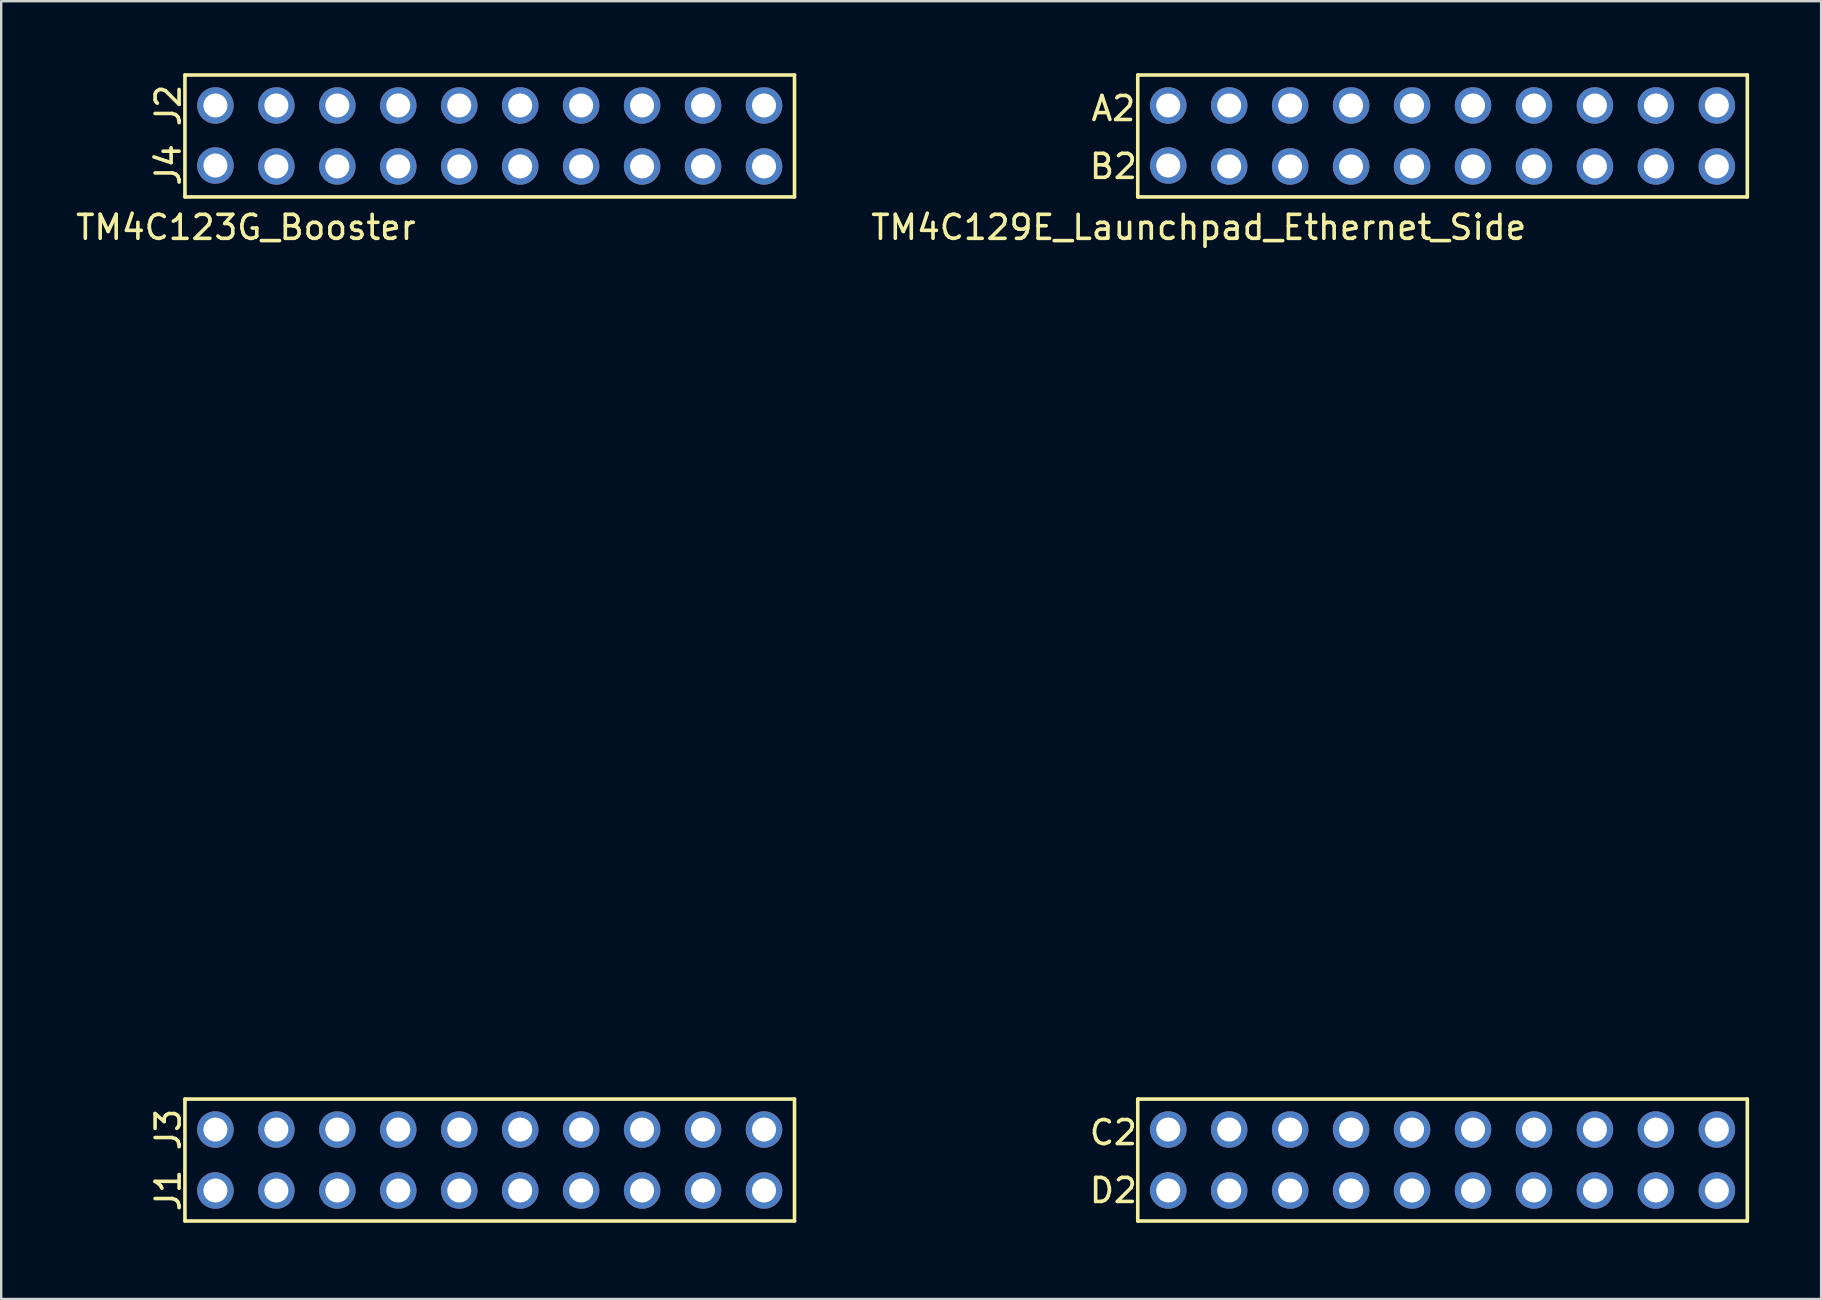
<source format=kicad_pcb>
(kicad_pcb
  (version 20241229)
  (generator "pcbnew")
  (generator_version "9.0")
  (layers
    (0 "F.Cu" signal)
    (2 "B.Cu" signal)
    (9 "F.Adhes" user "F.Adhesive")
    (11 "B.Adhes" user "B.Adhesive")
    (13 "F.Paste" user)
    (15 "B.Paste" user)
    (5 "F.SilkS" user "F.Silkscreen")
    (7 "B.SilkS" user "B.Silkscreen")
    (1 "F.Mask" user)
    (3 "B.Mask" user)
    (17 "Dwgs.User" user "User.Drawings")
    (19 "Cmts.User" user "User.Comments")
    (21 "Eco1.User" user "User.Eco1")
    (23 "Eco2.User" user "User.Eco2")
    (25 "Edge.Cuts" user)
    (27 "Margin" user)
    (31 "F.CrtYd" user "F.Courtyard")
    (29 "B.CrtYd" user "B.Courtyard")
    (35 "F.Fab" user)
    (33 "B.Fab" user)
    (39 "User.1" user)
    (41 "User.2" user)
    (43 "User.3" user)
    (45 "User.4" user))
  (footprint "TM4C129E_Launchpad_Ethernet_Side"
    (layer "F.Cu")
    (at 44.359 47.827)
    (property "Reference" "TM4C129E_Launchpad_Ethernet_Side" (at 2.54 -41.402 0) (layer "F.SilkS") (effects (font (size 1 1) (thickness 0.15))))
    (attr through_hole)
    (fp_line (start 0 -47.752) (end 0 -42.672) (stroke (width 0.15) (type solid)) (layer "F.SilkS"))
    (fp_line (start 0 -42.672) (end 25.4 -42.672) (stroke (width 0.15) (type solid)) (layer "F.SilkS"))
    (fp_line (start 0 -5.08) (end 0 0) (stroke (width 0.15) (type solid)) (layer "F.SilkS"))
    (fp_line (start 0 0) (end 25.4 0) (stroke (width 0.15) (type solid)) (layer "F.SilkS"))
    (fp_line (start 25.4 -47.752) (end 0 -47.752) (stroke (width 0.15) (type solid)) (layer "F.SilkS"))
    (fp_line (start 25.4 -42.672) (end 25.4 -47.752) (stroke (width 0.15) (type solid)) (layer "F.SilkS"))
    (fp_line (start 25.4 -5.08) (end 0 -5.08) (stroke (width 0.15) (type solid)) (layer "F.SilkS"))
    (fp_line (start 25.4 0) (end 25.4 -5.08) (stroke (width 0.15) (type solid)) (layer "F.SilkS"))
    (fp_text user "C2" (at -1.016 -3.683 0) (layer "F.SilkS") (effects (font (size 1 1) (thickness 0.15))))
    (fp_text user "A2" (at -1.016 -46.355 0) (layer "F.SilkS") (effects (font (size 1 1) (thickness 0.15))))
    (fp_text user "D2" (at -1.016 -1.27 0) (layer "F.SilkS") (effects (font (size 1 1) (thickness 0.15))))
    (fp_text user "B2" (at -1.016 -43.942 0) (layer "F.SilkS") (effects (font (size 1 1) (thickness 0.15))))
    (pad "+3V3" thru_hole circle (at 24.13 -46.482) (size 1.52 1.52) (drill 1) (layers "*.Cu" "*.Mask" "F.Paste"))
    (pad "+5v" thru_hole circle (at 24.13 -43.942) (size 1.52 1.52) (drill 1) (layers "*.Cu" "*.Mask" "F.Paste"))
    (pad "GND" thru_hole circle (at 21.59 -43.942) (size 1.52 1.52) (drill 1) (layers "*.Cu" "*.Mask" "F.Paste"))
    (pad "GND" thru_hole circle (at 24.13 -1.27) (size 1.52 1.52) (drill 1) (layers "*.Cu" "*.Mask" "F.Paste"))
    (pad "PA4" thru_hole circle (at 3.81 -43.942) (size 1.52 1.52) (drill 1) (layers "*.Cu" "*.Mask" "F.Paste"))
    (pad "PA5" thru_hole circle (at 1.27 -43.98) (size 1.52 1.52) (drill 1) (layers "*.Cu" "*.Mask" "F.Paste"))
    (pad "PA7" thru_hole circle (at 16.51 -1.27) (size 1.52 1.52) (drill 1) (layers "*.Cu" "*.Mask" "F.Paste"))
    (pad "PB4" thru_hole circle (at 19.05 -43.942) (size 1.52 1.52) (drill 1) (layers "*.Cu" "*.Mask" "F.Paste"))
    (pad "PB5" thru_hole circle (at 16.51 -43.942) (size 1.52 1.52) (drill 1) (layers "*.Cu" "*.Mask" "F.Paste"))
    (pad "PD2" thru_hole circle (at 21.59 -46.482) (size 1.52 1.52) (drill 1) (layers "*.Cu" "*.Mask" "F.Paste"))
    (pad "PD4" thru_hole circle (at 13.97 -46.482) (size 1.52 1.52) (drill 1) (layers "*.Cu" "*.Mask" "F.Paste"))
    (pad "PD5" thru_hole circle (at 11.43 -46.482) (size 1.52 1.52) (drill 1) (layers "*.Cu" "*.Mask" "F.Paste"))
    (pad "PG1" thru_hole circle (at 24.13 -3.81) (size 1.52 1.52) (drill 1) (layers "*.Cu" "*.Mask" "F.Paste"))
    (pad "PH0" thru_hole circle (at 8.89 -3.81) (size 1.52 1.52) (drill 1) (layers "*.Cu" "*.Mask" "F.Paste"))
    (pad "PH1" thru_hole circle (at 6.35 -3.81) (size 1.52 1.52) (drill 1) (layers "*.Cu" "*.Mask" "F.Paste"))
    (pad "PK0" thru_hole circle (at 13.97 -43.942) (size 1.52 1.52) (drill 1) (layers "*.Cu" "*.Mask" "F.Paste"))
    (pad "PK1" thru_hole circle (at 11.43 -43.942) (size 1.52 1.52) (drill 1) (layers "*.Cu" "*.Mask" "F.Paste"))
    (pad "PK2" thru_hole circle (at 8.89 -43.942) (size 1.52 1.52) (drill 1) (layers "*.Cu" "*.Mask" "F.Paste"))
    (pad "PK3" thru_hole circle (at 6.35 -43.942) (size 1.52 1.52) (drill 1) (layers "*.Cu" "*.Mask" "F.Paste"))
    (pad "PK4" thru_hole circle (at 21.59 -3.81) (size 1.52 1.52) (drill 1) (layers "*.Cu" "*.Mask" "F.Paste"))
    (pad "PK5" thru_hole circle (at 19.05 -3.81) (size 1.52 1.52) (drill 1) (layers "*.Cu" "*.Mask" "F.Paste"))
    (pad "PK6" thru_hole circle (at 3.81 -3.81) (size 1.52 1.52) (drill 1) (layers "*.Cu" "*.Mask" "F.Paste"))
    (pad "PK7" thru_hole circle (at 1.27 -3.81) (size 1.52 1.52) (drill 1) (layers "*.Cu" "*.Mask" "F.Paste"))
    (pad "PM0" thru_hole circle (at 16.51 -3.81) (size 1.52 1.52) (drill 1) (layers "*.Cu" "*.Mask" "F.Paste"))
    (pad "PM1" thru_hole circle (at 13.97 -3.81) (size 1.52 1.52) (drill 1) (layers "*.Cu" "*.Mask" "F.Paste"))
    (pad "PM2" thru_hole circle (at 11.43 -3.81) (size 1.52 1.52) (drill 1) (layers "*.Cu" "*.Mask" "F.Paste"))
    (pad "PM6" thru_hole circle (at 1.27 -1.27) (size 1.52 1.52) (drill 1) (layers "*.Cu" "*.Mask" "F.Paste"))
    (pad "PM7" thru_hole circle (at 21.59 -1.27) (size 1.52 1.52) (drill 1) (layers "*.Cu" "*.Mask" "F.Paste"))
    (pad "PN4" thru_hole circle (at 1.27 -46.482) (size 1.52 1.52) (drill 1) (layers "*.Cu" "*.Mask" "F.Paste"))
    (pad "PN5" thru_hole circle (at 3.81 -46.482) (size 1.52 1.52) (drill 1) (layers "*.Cu" "*.Mask" "F.Paste"))
    (pad "PP0" thru_hole circle (at 19.05 -46.482) (size 1.52 1.52) (drill 1) (layers "*.Cu" "*.Mask" "F.Paste"))
    (pad "PP1" thru_hole circle (at 16.51 -46.482) (size 1.52 1.52) (drill 1) (layers "*.Cu" "*.Mask" "F.Paste"))
    (pad "PP3" thru_hole circle (at 6.35 -1.27) (size 1.52 1.52) (drill 1) (layers "*.Cu" "*.Mask" "F.Paste"))
    (pad "PP4" thru_hole circle (at 6.35 -46.482) (size 1.52 1.52) (drill 1) (layers "*.Cu" "*.Mask" "F.Paste"))
    (pad "PP5" thru_hole circle (at 19.05 -1.27) (size 1.52 1.52) (drill 1) (layers "*.Cu" "*.Mask" "F.Paste"))
    (pad "PQ0" thru_hole circle (at 8.89 -46.482) (size 1.52 1.52) (drill 1) (layers "*.Cu" "*.Mask" "F.Paste"))
    (pad "PQ1" thru_hole circle (at 3.81 -1.27) (size 1.52 1.52) (drill 1) (layers "*.Cu" "*.Mask" "F.Paste"))
    (pad "PQ2" thru_hole circle (at 11.43 -1.27) (size 1.52 1.52) (drill 1) (layers "*.Cu" "*.Mask" "F.Paste"))
    (pad "PQ3" thru_hole circle (at 8.89 -1.27) (size 1.52 1.52) (drill 1) (layers "*.Cu" "*.Mask" "F.Paste"))
    (pad "Rese" thru_hole circle (at 13.97 -1.27) (size 1.52 1.52) (drill 1) (layers "*.Cu" "*.Mask" "F.Paste")))
  (footprint "TM4C123G_Booster"
    (layer "F.Cu")
    (at 4.656 47.827)
    (property "Reference" "TM4C123G_Booster" (at 2.54 -41.402 0) (layer "F.SilkS") (effects (font (size 1 1) (thickness 0.15))))
    (attr through_hole)
    (fp_line (start 0 -47.752) (end 0 -42.672) (stroke (width 0.15) (type solid)) (layer "F.SilkS"))
    (fp_line (start 0 -42.672) (end 25.4 -42.672) (stroke (width 0.15) (type solid)) (layer "F.SilkS"))
    (fp_line (start 0 -5.08) (end 0 0) (stroke (width 0.15) (type solid)) (layer "F.SilkS"))
    (fp_line (start 0 0) (end 25.4 0) (stroke (width 0.15) (type solid)) (layer "F.SilkS"))
    (fp_line (start 25.4 -47.752) (end 0 -47.752) (stroke (width 0.15) (type solid)) (layer "F.SilkS"))
    (fp_line (start 25.4 -42.672) (end 25.4 -47.752) (stroke (width 0.15) (type solid)) (layer "F.SilkS"))
    (fp_line (start 25.4 -5.08) (end 0 -5.08) (stroke (width 0.15) (type solid)) (layer "F.SilkS"))
    (fp_line (start 25.4 0) (end 25.4 -5.08) (stroke (width 0.15) (type solid)) (layer "F.SilkS"))
    (fp_text user "J1" (at -0.699 -1.27 90) (layer "F.SilkS") (effects (font (size 1 1) (thickness 0.15))))
    (fp_text user "J4" (at -0.699 -44.005 90) (layer "F.SilkS") (effects (font (size 1 1) (thickness 0.15))))
    (fp_text user "J2" (at -0.699 -46.482 90) (layer "F.SilkS") (effects (font (size 1 1) (thickness 0.15))))
    (fp_text user "J3" (at -0.699 -3.81 90) (layer "F.SilkS") (effects (font (size 1 1) (thickness 0.15))))
    (pad "+3V3" thru_hole circle (at 1.27 -1.27) (size 1.52 1.52) (drill 1) (layers "*.Cu" "*.Mask" "F.Paste"))
    (pad "+5V" thru_hole circle (at 1.27 -3.81) (size 1.52 1.52) (drill 1) (layers "*.Cu" "*.Mask" "F.Paste"))
    (pad "GND" thru_hole circle (at 1.27 -46.482) (size 1.52 1.52) (drill 1) (layers "*.Cu" "*.Mask" "F.Paste"))
    (pad "GND" thru_hole circle (at 3.81 -3.81) (size 1.52 1.52) (drill 1) (layers "*.Cu" "*.Mask" "F.Paste"))
    (pad "PA2" thru_hole circle (at 24.13 -46.482) (size 1.52 1.52) (drill 1) (layers "*.Cu" "*.Mask" "F.Paste"))
    (pad "PA3" thru_hole circle (at 21.59 -46.482) (size 1.52 1.52) (drill 1) (layers "*.Cu" "*.Mask" "F.Paste"))
    (pad "PA4" thru_hole circle (at 19.05 -46.482) (size 1.52 1.52) (drill 1) (layers "*.Cu" "*.Mask" "F.Paste"))
    (pad "PA5" thru_hole circle (at 19.05 -1.27) (size 1.52 1.52) (drill 1) (layers "*.Cu" "*.Mask" "F.Paste"))
    (pad "PA6" thru_hole circle (at 21.59 -1.27) (size 1.52 1.52) (drill 1) (layers "*.Cu" "*.Mask" "F.Paste"))
    (pad "PA7" thru_hole circle (at 24.13 -1.27) (size 1.52 1.52) (drill 1) (layers "*.Cu" "*.Mask" "F.Paste"))
    (pad "PB0" thru_hole circle (at 6.35 -1.27) (size 1.52 1.52) (drill 1) (layers "*.Cu" "*.Mask" "F.Paste"))
    (pad "PB1" thru_hole circle (at 8.89 -1.27) (size 1.52 1.52) (drill 1) (layers "*.Cu" "*.Mask" "F.Paste"))
    (pad "PB2" thru_hole circle (at 3.81 -46.482) (size 1.52 1.52) (drill 1) (layers "*.Cu" "*.Mask" "F.Paste"))
    (pad "PB3" thru_hole circle (at 6.35 -43.942) (size 1.52 1.52) (drill 1) (layers "*.Cu" "*.Mask" "F.Paste"))
    (pad "PB4" thru_hole circle (at 16.51 -1.27) (size 1.52 1.52) (drill 1) (layers "*.Cu" "*.Mask" "F.Paste"))
    (pad "PB5" thru_hole circle (at 3.81 -1.27) (size 1.52 1.52) (drill 1) (layers "*.Cu" "*.Mask" "F.Paste"))
    (pad "PB6" thru_hole circle (at 16.51 -46.482) (size 1.52 1.52) (drill 1) (layers "*.Cu" "*.Mask" "F.Paste"))
    (pad "PB7" thru_hole circle (at 13.97 -46.482) (size 1.52 1.52) (drill 1) (layers "*.Cu" "*.Mask" "F.Paste"))
    (pad "PC4" thru_hole circle (at 8.89 -43.942) (size 1.52 1.52) (drill 1) (layers "*.Cu" "*.Mask" "F.Paste"))
    (pad "PC5" thru_hole circle (at 11.43 -43.942) (size 1.52 1.52) (drill 1) (layers "*.Cu" "*.Mask" "F.Paste"))
    (pad "PC6" thru_hole circle (at 13.97 -43.942) (size 1.52 1.52) (drill 1) (layers "*.Cu" "*.Mask" "F.Paste"))
    (pad "PC7" thru_hole circle (at 16.51 -43.942) (size 1.52 1.52) (drill 1) (layers "*.Cu" "*.Mask" "F.Paste"))
    (pad "PD0" thru_hole circle (at 6.35 -3.81) (size 1.52 1.52) (drill 1) (layers "*.Cu" "*.Mask" "F.Paste"))
    (pad "PD1" thru_hole circle (at 8.89 -3.81) (size 1.52 1.52) (drill 1) (layers "*.Cu" "*.Mask" "F.Paste"))
    (pad "PD2" thru_hole circle (at 11.43 -3.81) (size 1.52 1.52) (drill 1) (layers "*.Cu" "*.Mask" "F.Paste"))
    (pad "PD3" thru_hole circle (at 13.97 -3.81) (size 1.52 1.52) (drill 1) (layers "*.Cu" "*.Mask" "F.Paste"))
    (pad "PD6" thru_hole circle (at 19.05 -43.942) (size 1.52 1.52) (drill 1) (layers "*.Cu" "*.Mask" "F.Paste"))
    (pad "PD7" thru_hole circle (at 21.59 -43.942) (size 1.52 1.52) (drill 1) (layers "*.Cu" "*.Mask" "F.Paste"))
    (pad "PE0" thru_hole circle (at 6.35 -46.482) (size 1.52 1.52) (drill 1) (layers "*.Cu" "*.Mask" "F.Paste"))
    (pad "PE1" thru_hole circle (at 16.51 -3.81) (size 1.52 1.52) (drill 1) (layers "*.Cu" "*.Mask" "F.Paste"))
    (pad "PE2" thru_hole circle (at 19.05 -3.81) (size 1.52 1.52) (drill 1) (layers "*.Cu" "*.Mask" "F.Paste"))
    (pad "PE3" thru_hole circle (at 21.59 -3.81) (size 1.52 1.52) (drill 1) (layers "*.Cu" "*.Mask" "F.Paste"))
    (pad "PE4" thru_hole circle (at 11.43 -1.27) (size 1.52 1.52) (drill 1) (layers "*.Cu" "*.Mask" "F.Paste"))
    (pad "PE5" thru_hole circle (at 13.97 -1.27) (size 1.52 1.52) (drill 1) (layers "*.Cu" "*.Mask" "F.Paste"))
    (pad "PF0" thru_hole circle (at 8.89 -46.482) (size 1.52 1.52) (drill 1) (layers "*.Cu" "*.Mask" "F.Paste"))
    (pad "PF1" thru_hole circle (at 24.13 -3.81) (size 1.52 1.52) (drill 1) (layers "*.Cu" "*.Mask" "F.Paste"))
    (pad "PF2" thru_hole circle (at 1.27 -43.98) (size 1.52 1.52) (drill 1) (layers "*.Cu" "*.Mask" "F.Paste"))
    (pad "PF3" thru_hole circle (at 3.81 -43.942) (size 1.52 1.52) (drill 1) (layers "*.Cu" "*.Mask" "F.Paste"))
    (pad "PF4" thru_hole circle (at 24.13 -43.942) (size 1.52 1.52) (drill 1) (layers "*.Cu" "*.Mask" "F.Paste"))
    (pad "RST" thru_hole circle (at 11.43 -46.482) (size 1.52 1.52) (drill 1) (layers "*.Cu" "*.Mask" "F.Paste")))
  (gr_rect
    (start -3 -3)
    (end 72.834 51.077)
    (stroke (width 0.1) (type default))
    (fill no)
    (layer "Edge.Cuts")))
</source>
